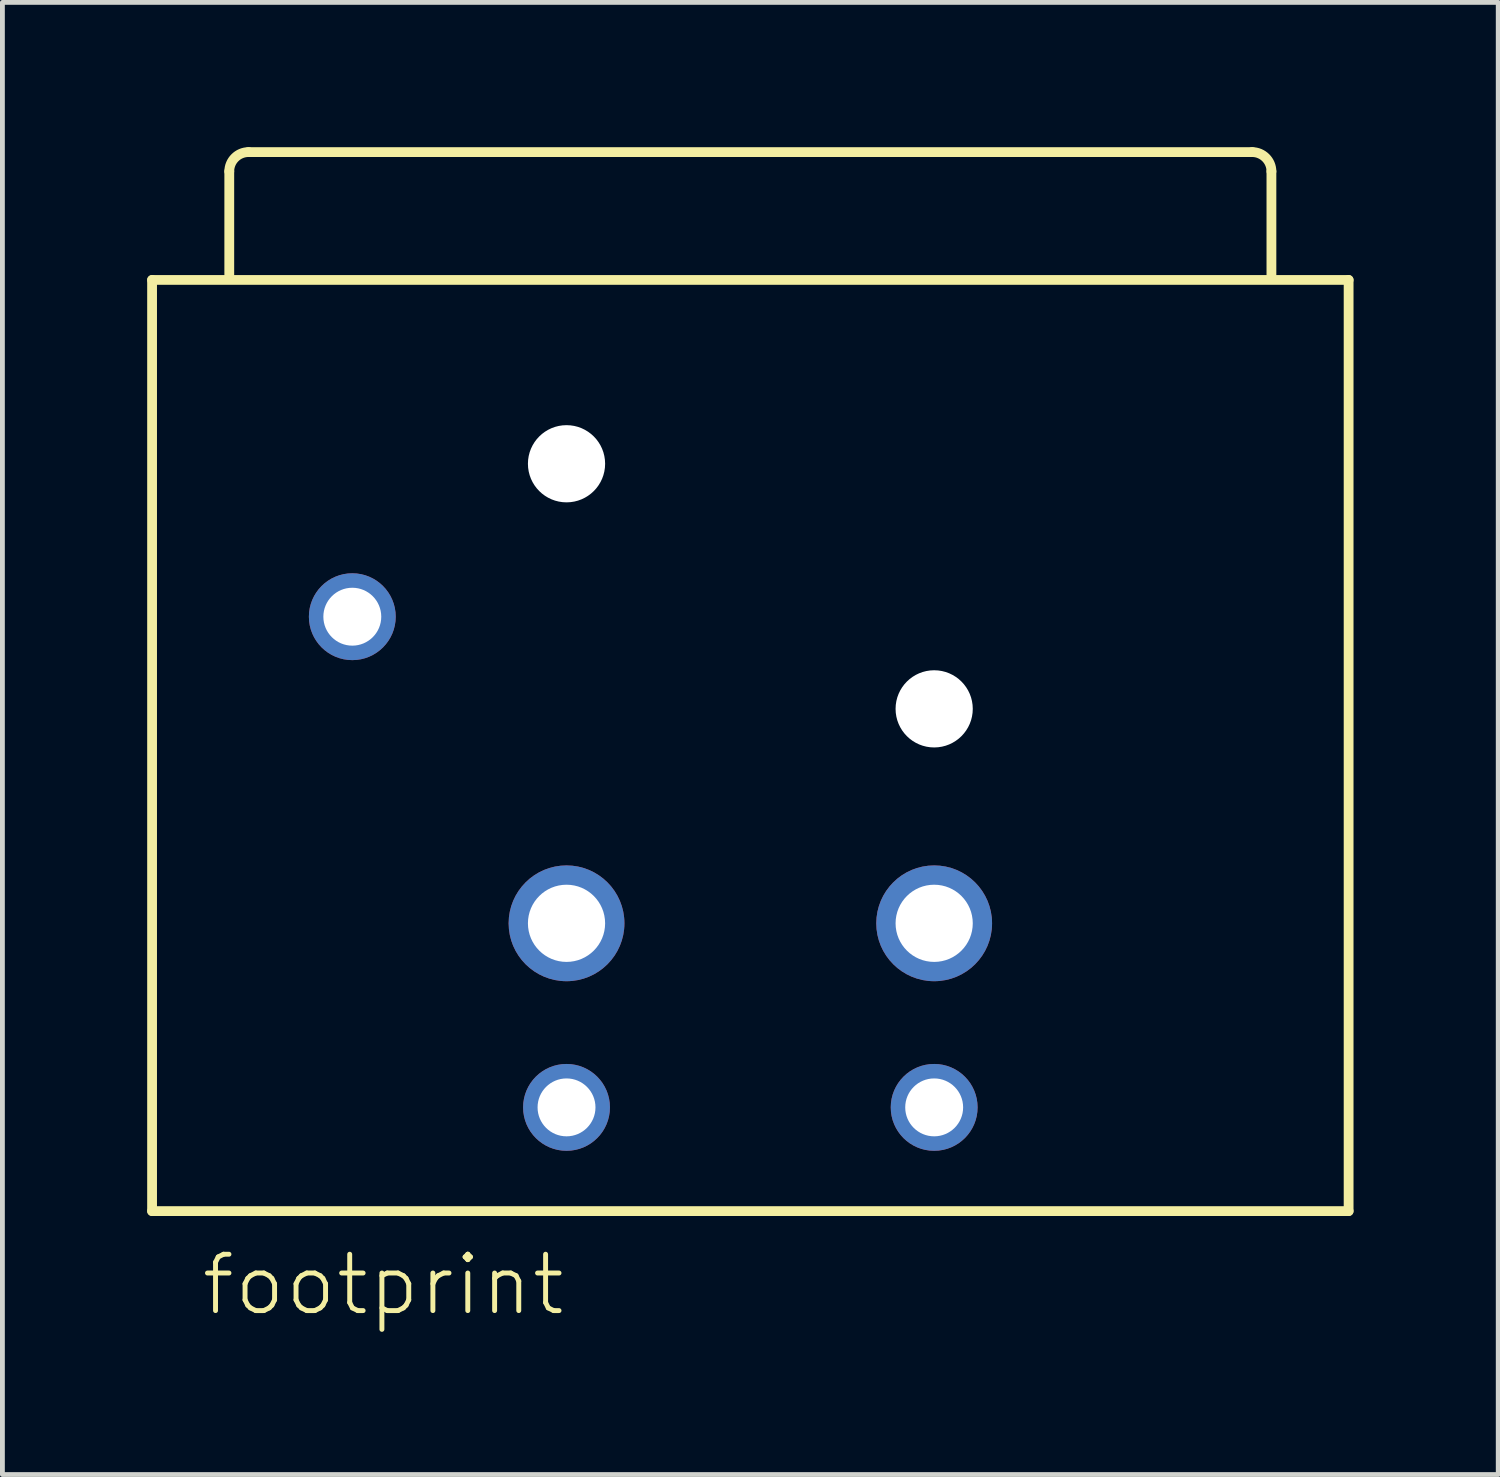
<source format=kicad_pcb>
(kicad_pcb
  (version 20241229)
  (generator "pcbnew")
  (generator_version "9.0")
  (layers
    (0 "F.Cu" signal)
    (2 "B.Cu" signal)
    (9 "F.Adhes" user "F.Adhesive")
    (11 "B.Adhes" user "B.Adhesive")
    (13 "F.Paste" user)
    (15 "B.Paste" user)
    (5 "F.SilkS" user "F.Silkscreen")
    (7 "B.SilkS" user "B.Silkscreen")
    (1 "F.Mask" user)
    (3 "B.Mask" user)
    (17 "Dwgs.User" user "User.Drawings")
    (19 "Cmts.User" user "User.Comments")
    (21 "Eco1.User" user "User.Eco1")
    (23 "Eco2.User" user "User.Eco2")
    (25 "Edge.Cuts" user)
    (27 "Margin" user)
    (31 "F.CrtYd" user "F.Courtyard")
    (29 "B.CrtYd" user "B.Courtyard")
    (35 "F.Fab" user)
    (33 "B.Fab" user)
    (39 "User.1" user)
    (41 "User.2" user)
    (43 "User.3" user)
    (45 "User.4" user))
  (footprint "footprint"
    (layer "F.Cu")
    (at 12.502 20.452)
    (property "Reference" "footprint" (at -11.43 3.81 0) (layer "F.SilkS") (effects (font (size 1.168 1.168) (thickness 0.102)) (justify left bottom)))
    (fp_line (start -12.4 -17.7) (end 12.4 -17.7) (stroke (width 0.203) (type solid)) (layer "F.SilkS"))
    (fp_line (start -12.4 1.6) (end -12.4 -17.7) (stroke (width 0.203) (type solid)) (layer "F.SilkS"))
    (fp_line (start -10.8 -17.8) (end -10.8 -19.95) (stroke (width 0.203) (type solid)) (layer "F.SilkS"))
    (fp_line (start -10.4 -20.35) (end 10.4 -20.35) (stroke (width 0.203) (type solid)) (layer "F.SilkS"))
    (fp_line (start 10.8 -19.95) (end 10.8 -17.8) (stroke (width 0.203) (type solid)) (layer "F.SilkS"))
    (fp_line (start 12.4 -17.7) (end 12.4 1.6) (stroke (width 0.203) (type solid)) (layer "F.SilkS"))
    (fp_line (start 12.4 1.6) (end -12.4 1.6) (stroke (width 0.203) (type solid)) (layer "F.SilkS"))
    (fp_arc (start -10.8 -19.95) (mid -10.682843 -20.232843) (end -10.4 -20.35) (stroke (width 0.2032) (type solid)) (layer "F.SilkS"))
    (fp_arc (start 10.4 -20.35) (mid 10.682843 -20.232843) (end 10.8 -19.95) (stroke (width 0.2032) (type solid)) (layer "F.SilkS"))
    (pad "" np_thru_hole circle (at -3.81 -13.89) (size 1.6 1.6) (drill 1.6) (layers "*.Cu" "*.Mask"))
    (pad "" np_thru_hole circle (at 3.81 -8.81) (size 1.6 1.6) (drill 1.6) (layers "*.Cu" "*.Mask"))
    (pad "1" thru_hole circle (at -3.81 -0.55) (size 1.8 1.8) (drill 1.2) (layers "*.Cu" "*.Mask"))
    (pad "2" thru_hole circle (at -3.81 -4.365) (size 2.4 2.4) (drill 1.6) (layers "*.Cu" "*.Mask"))
    (pad "3" thru_hole circle (at 3.81 -4.365) (size 2.4 2.4) (drill 1.6) (layers "*.Cu" "*.Mask"))
    (pad "4" thru_hole circle (at 3.81 -0.55) (size 1.8 1.8) (drill 1.2) (layers "*.Cu" "*.Mask"))
    (pad "G" thru_hole circle (at -8.25 -10.72) (size 1.8 1.8) (drill 1.2) (layers "*.Cu" "*.Mask")))
  (gr_rect
    (start -3 -3)
    (end 28.003 27.512)
    (stroke (width 0.1) (type default))
    (fill no)
    (layer "Edge.Cuts")))
</source>
